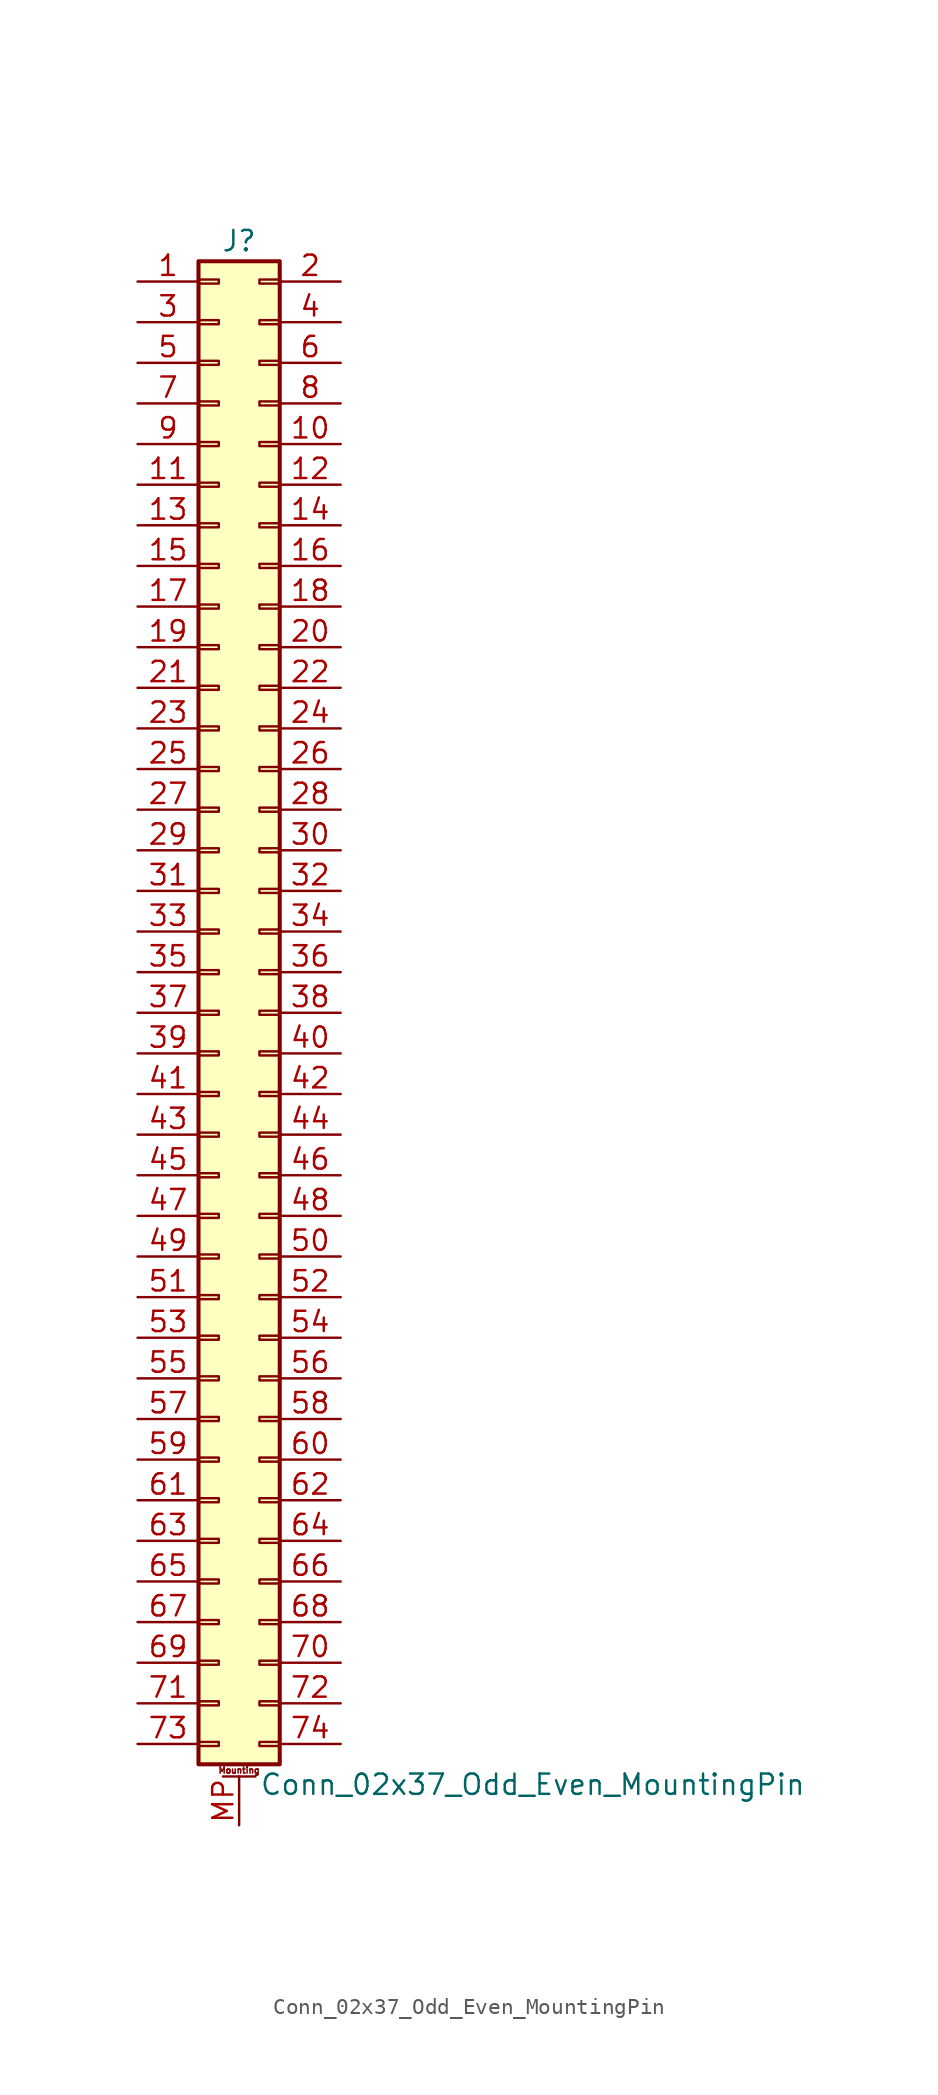
<source format=kicad_sym>
(kicad_symbol_lib
  (version 20201005)
  (generator kicad_symbol_editor)
  (symbol "Connector_Generic_MountingPin:Conn_02x37_Odd_Even_MountingPin"
    (pin_names
      (offset 1.016) hide)
    (property "Reference" "J"
      (at 1.27 48.26 0)
      (effects (font (size 1.27 1.27))))
    (property "Value" "Conn_02x37_Odd_Even_MountingPin"
      (at 2.54 -48.26 0)
      (effects (font (size 1.27 1.27)) (justify left)))
    (symbol "Conn_02x37_Odd_Even_MountingPin_1_1"
      (text "Mounting" (at 1.27 -47.371 0) (effects (font (size 0.381 0.381))))
      (rectangle (start -1.27 -27.813) (end 0 -28.067) (stroke (width 0.152)) (fill (type none)))
      (rectangle (start -1.27 -30.353) (end 0 -30.607) (stroke (width 0.152)) (fill (type none)))
      (rectangle (start -1.27 -32.893) (end 0 -33.147) (stroke (width 0.152)) (fill (type none)))
      (rectangle (start -1.27 -35.433) (end 0 -35.687) (stroke (width 0.152)) (fill (type none)))
      (rectangle (start -1.27 -37.973) (end 0 -38.227) (stroke (width 0.152)) (fill (type none)))
      (rectangle (start -1.27 -40.513) (end 0 -40.767) (stroke (width 0.152)) (fill (type none)))
      (rectangle (start -1.27 -43.053) (end 0 -43.307) (stroke (width 0.152)) (fill (type none)))
      (rectangle (start -1.27 -45.593) (end 0 -45.847) (stroke (width 0.152)) (fill (type none)))
      (rectangle (start -1.27 -4.953) (end 0 -5.207) (stroke (width 0.152)) (fill (type none)))
      (rectangle (start -1.27 -7.493) (end 0 -7.747) (stroke (width 0.152)) (fill (type none)))
      (rectangle (start -1.27 -10.033) (end 0 -10.287) (stroke (width 0.152)) (fill (type none)))
      (rectangle (start -1.27 -12.573) (end 0 -12.827) (stroke (width 0.152)) (fill (type none)))
      (rectangle (start -1.27 -15.113) (end 0 -15.367) (stroke (width 0.152)) (fill (type none)))
      (rectangle (start -1.27 -17.653) (end 0 -17.907) (stroke (width 0.152)) (fill (type none)))
      (rectangle (start -1.27 -20.193) (end 0 -20.447) (stroke (width 0.152)) (fill (type none)))
      (rectangle (start -1.27 -22.733) (end 0 -22.987) (stroke (width 0.152)) (fill (type none)))
      (rectangle (start -1.27 -2.413) (end 0 -2.667) (stroke (width 0.152)) (fill (type none)))
      (rectangle (start -1.27 -25.273) (end 0 -25.527) (stroke (width 0.152)) (fill (type none)))
      (rectangle (start -1.27 25.527) (end 0 25.273) (stroke (width 0.152)) (fill (type none)))
      (rectangle (start -1.27 2.667) (end 0 2.413) (stroke (width 0.152)) (fill (type none)))
      (rectangle (start -1.27 28.067) (end 0 27.813) (stroke (width 0.152)) (fill (type none)))
      (rectangle (start -1.27 30.607) (end 0 30.353) (stroke (width 0.152)) (fill (type none)))
      (rectangle (start -1.27 33.147) (end 0 32.893) (stroke (width 0.152)) (fill (type none)))
      (rectangle (start -1.27 35.687) (end 0 35.433) (stroke (width 0.152)) (fill (type none)))
      (rectangle (start -1.27 38.227) (end 0 37.973) (stroke (width 0.152)) (fill (type none)))
      (rectangle (start -1.27 40.767) (end 0 40.513) (stroke (width 0.152)) (fill (type none)))
      (rectangle (start -1.27 43.307) (end 0 43.053) (stroke (width 0.152)) (fill (type none)))
      (rectangle (start -1.27 45.847) (end 0 45.593) (stroke (width 0.152)) (fill (type none)))
      (rectangle (start -1.27 46.99) (end 3.81 -46.99) (stroke (width 0.254)) (fill (type background)))
      (rectangle (start -1.27 5.207) (end 0 4.953) (stroke (width 0.152)) (fill (type none)))
      (rectangle (start -1.27 7.747) (end 0 7.493) (stroke (width 0.152)) (fill (type none)))
      (rectangle (start -1.27 10.287) (end 0 10.033) (stroke (width 0.152)) (fill (type none)))
      (rectangle (start -1.27 0.127) (end 0 -0.127) (stroke (width 0.152)) (fill (type none)))
      (rectangle (start -1.27 12.827) (end 0 12.573) (stroke (width 0.152)) (fill (type none)))
      (rectangle (start -1.27 15.367) (end 0 15.113) (stroke (width 0.152)) (fill (type none)))
      (rectangle (start -1.27 17.907) (end 0 17.653) (stroke (width 0.152)) (fill (type none)))
      (rectangle (start -1.27 20.447) (end 0 20.193) (stroke (width 0.152)) (fill (type none)))
      (rectangle (start -1.27 22.987) (end 0 22.733) (stroke (width 0.152)) (fill (type none)))
      (rectangle (start 3.81 -27.813) (end 2.54 -28.067) (stroke (width 0.152)) (fill (type none)))
      (rectangle (start 3.81 -30.353) (end 2.54 -30.607) (stroke (width 0.152)) (fill (type none)))
      (rectangle (start 3.81 -32.893) (end 2.54 -33.147) (stroke (width 0.152)) (fill (type none)))
      (rectangle (start 3.81 -35.433) (end 2.54 -35.687) (stroke (width 0.152)) (fill (type none)))
      (rectangle (start 3.81 -37.973) (end 2.54 -38.227) (stroke (width 0.152)) (fill (type none)))
      (rectangle (start 3.81 -40.513) (end 2.54 -40.767) (stroke (width 0.152)) (fill (type none)))
      (rectangle (start 3.81 -43.053) (end 2.54 -43.307) (stroke (width 0.152)) (fill (type none)))
      (rectangle (start 3.81 -45.593) (end 2.54 -45.847) (stroke (width 0.152)) (fill (type none)))
      (rectangle (start 3.81 -4.953) (end 2.54 -5.207) (stroke (width 0.152)) (fill (type none)))
      (rectangle (start 3.81 -7.493) (end 2.54 -7.747) (stroke (width 0.152)) (fill (type none)))
      (rectangle (start 3.81 -10.033) (end 2.54 -10.287) (stroke (width 0.152)) (fill (type none)))
      (rectangle (start 3.81 -12.573) (end 2.54 -12.827) (stroke (width 0.152)) (fill (type none)))
      (rectangle (start 3.81 -15.113) (end 2.54 -15.367) (stroke (width 0.152)) (fill (type none)))
      (rectangle (start 3.81 -17.653) (end 2.54 -17.907) (stroke (width 0.152)) (fill (type none)))
      (rectangle (start 3.81 -20.193) (end 2.54 -20.447) (stroke (width 0.152)) (fill (type none)))
      (rectangle (start 3.81 -22.733) (end 2.54 -22.987) (stroke (width 0.152)) (fill (type none)))
      (rectangle (start 3.81 -2.413) (end 2.54 -2.667) (stroke (width 0.152)) (fill (type none)))
      (rectangle (start 3.81 -25.273) (end 2.54 -25.527) (stroke (width 0.152)) (fill (type none)))
      (rectangle (start 3.81 25.527) (end 2.54 25.273) (stroke (width 0.152)) (fill (type none)))
      (rectangle (start 3.81 2.667) (end 2.54 2.413) (stroke (width 0.152)) (fill (type none)))
      (rectangle (start 3.81 28.067) (end 2.54 27.813) (stroke (width 0.152)) (fill (type none)))
      (rectangle (start 3.81 30.607) (end 2.54 30.353) (stroke (width 0.152)) (fill (type none)))
      (rectangle (start 3.81 33.147) (end 2.54 32.893) (stroke (width 0.152)) (fill (type none)))
      (rectangle (start 3.81 35.687) (end 2.54 35.433) (stroke (width 0.152)) (fill (type none)))
      (rectangle (start 3.81 38.227) (end 2.54 37.973) (stroke (width 0.152)) (fill (type none)))
      (rectangle (start 3.81 40.767) (end 2.54 40.513) (stroke (width 0.152)) (fill (type none)))
      (rectangle (start 3.81 43.307) (end 2.54 43.053) (stroke (width 0.152)) (fill (type none)))
      (rectangle (start 3.81 45.847) (end 2.54 45.593) (stroke (width 0.152)) (fill (type none)))
      (rectangle (start 3.81 5.207) (end 2.54 4.953) (stroke (width 0.152)) (fill (type none)))
      (rectangle (start 3.81 7.747) (end 2.54 7.493) (stroke (width 0.152)) (fill (type none)))
      (rectangle (start 3.81 10.287) (end 2.54 10.033) (stroke (width 0.152)) (fill (type none)))
      (rectangle (start 3.81 0.127) (end 2.54 -0.127) (stroke (width 0.152)) (fill (type none)))
      (rectangle (start 3.81 12.827) (end 2.54 12.573) (stroke (width 0.152)) (fill (type none)))
      (rectangle (start 3.81 15.367) (end 2.54 15.113) (stroke (width 0.152)) (fill (type none)))
      (rectangle (start 3.81 17.907) (end 2.54 17.653) (stroke (width 0.152)) (fill (type none)))
      (rectangle (start 3.81 20.447) (end 2.54 20.193) (stroke (width 0.152)) (fill (type none)))
      (rectangle (start 3.81 22.987) (end 2.54 22.733) (stroke (width 0.152)) (fill (type none)))
      (polyline (pts (xy 0.254 -47.752) (xy 2.286 -47.752)) (stroke (width 0.152)) (fill (type none)))
      (pin passive line (at 1.27 -50.8 90) (length 3.048) (name "MountPin" (effects (font (size 1.27 1.27)))) (number "MP" (effects (font (size 1.27 1.27)))))
      (pin passive line (at -5.08 45.72 0) (length 3.81) (name "Pin_1" (effects (font (size 1.27 1.27)))) (number "1" (effects (font (size 1.27 1.27)))))
      (pin passive line (at 7.62 35.56 180) (length 3.81) (name "Pin_10" (effects (font (size 1.27 1.27)))) (number "10" (effects (font (size 1.27 1.27)))))
      (pin passive line (at -5.08 33.02 0) (length 3.81) (name "Pin_11" (effects (font (size 1.27 1.27)))) (number "11" (effects (font (size 1.27 1.27)))))
      (pin passive line (at 7.62 33.02 180) (length 3.81) (name "Pin_12" (effects (font (size 1.27 1.27)))) (number "12" (effects (font (size 1.27 1.27)))))
      (pin passive line (at -5.08 30.48 0) (length 3.81) (name "Pin_13" (effects (font (size 1.27 1.27)))) (number "13" (effects (font (size 1.27 1.27)))))
      (pin passive line (at 7.62 30.48 180) (length 3.81) (name "Pin_14" (effects (font (size 1.27 1.27)))) (number "14" (effects (font (size 1.27 1.27)))))
      (pin passive line (at -5.08 27.94 0) (length 3.81) (name "Pin_15" (effects (font (size 1.27 1.27)))) (number "15" (effects (font (size 1.27 1.27)))))
      (pin passive line (at 7.62 27.94 180) (length 3.81) (name "Pin_16" (effects (font (size 1.27 1.27)))) (number "16" (effects (font (size 1.27 1.27)))))
      (pin passive line (at -5.08 25.4 0) (length 3.81) (name "Pin_17" (effects (font (size 1.27 1.27)))) (number "17" (effects (font (size 1.27 1.27)))))
      (pin passive line (at 7.62 25.4 180) (length 3.81) (name "Pin_18" (effects (font (size 1.27 1.27)))) (number "18" (effects (font (size 1.27 1.27)))))
      (pin passive line (at -5.08 22.86 0) (length 3.81) (name "Pin_19" (effects (font (size 1.27 1.27)))) (number "19" (effects (font (size 1.27 1.27)))))
      (pin passive line (at 7.62 45.72 180) (length 3.81) (name "Pin_2" (effects (font (size 1.27 1.27)))) (number "2" (effects (font (size 1.27 1.27)))))
      (pin passive line (at 7.62 22.86 180) (length 3.81) (name "Pin_20" (effects (font (size 1.27 1.27)))) (number "20" (effects (font (size 1.27 1.27)))))
      (pin passive line (at -5.08 20.32 0) (length 3.81) (name "Pin_21" (effects (font (size 1.27 1.27)))) (number "21" (effects (font (size 1.27 1.27)))))
      (pin passive line (at 7.62 20.32 180) (length 3.81) (name "Pin_22" (effects (font (size 1.27 1.27)))) (number "22" (effects (font (size 1.27 1.27)))))
      (pin passive line (at -5.08 17.78 0) (length 3.81) (name "Pin_23" (effects (font (size 1.27 1.27)))) (number "23" (effects (font (size 1.27 1.27)))))
      (pin passive line (at 7.62 17.78 180) (length 3.81) (name "Pin_24" (effects (font (size 1.27 1.27)))) (number "24" (effects (font (size 1.27 1.27)))))
      (pin passive line (at -5.08 15.24 0) (length 3.81) (name "Pin_25" (effects (font (size 1.27 1.27)))) (number "25" (effects (font (size 1.27 1.27)))))
      (pin passive line (at 7.62 15.24 180) (length 3.81) (name "Pin_26" (effects (font (size 1.27 1.27)))) (number "26" (effects (font (size 1.27 1.27)))))
      (pin passive line (at -5.08 12.7 0) (length 3.81) (name "Pin_27" (effects (font (size 1.27 1.27)))) (number "27" (effects (font (size 1.27 1.27)))))
      (pin passive line (at 7.62 12.7 180) (length 3.81) (name "Pin_28" (effects (font (size 1.27 1.27)))) (number "28" (effects (font (size 1.27 1.27)))))
      (pin passive line (at -5.08 10.16 0) (length 3.81) (name "Pin_29" (effects (font (size 1.27 1.27)))) (number "29" (effects (font (size 1.27 1.27)))))
      (pin passive line (at -5.08 43.18 0) (length 3.81) (name "Pin_3" (effects (font (size 1.27 1.27)))) (number "3" (effects (font (size 1.27 1.27)))))
      (pin passive line (at 7.62 10.16 180) (length 3.81) (name "Pin_30" (effects (font (size 1.27 1.27)))) (number "30" (effects (font (size 1.27 1.27)))))
      (pin passive line (at -5.08 7.62 0) (length 3.81) (name "Pin_31" (effects (font (size 1.27 1.27)))) (number "31" (effects (font (size 1.27 1.27)))))
      (pin passive line (at 7.62 7.62 180) (length 3.81) (name "Pin_32" (effects (font (size 1.27 1.27)))) (number "32" (effects (font (size 1.27 1.27)))))
      (pin passive line (at -5.08 5.08 0) (length 3.81) (name "Pin_33" (effects (font (size 1.27 1.27)))) (number "33" (effects (font (size 1.27 1.27)))))
      (pin passive line (at 7.62 5.08 180) (length 3.81) (name "Pin_34" (effects (font (size 1.27 1.27)))) (number "34" (effects (font (size 1.27 1.27)))))
      (pin passive line (at -5.08 2.54 0) (length 3.81) (name "Pin_35" (effects (font (size 1.27 1.27)))) (number "35" (effects (font (size 1.27 1.27)))))
      (pin passive line (at 7.62 2.54 180) (length 3.81) (name "Pin_36" (effects (font (size 1.27 1.27)))) (number "36" (effects (font (size 1.27 1.27)))))
      (pin passive line (at -5.08 0 0) (length 3.81) (name "Pin_37" (effects (font (size 1.27 1.27)))) (number "37" (effects (font (size 1.27 1.27)))))
      (pin passive line (at 7.62 0 180) (length 3.81) (name "Pin_38" (effects (font (size 1.27 1.27)))) (number "38" (effects (font (size 1.27 1.27)))))
      (pin passive line (at -5.08 -2.54 0) (length 3.81) (name "Pin_39" (effects (font (size 1.27 1.27)))) (number "39" (effects (font (size 1.27 1.27)))))
      (pin passive line (at 7.62 43.18 180) (length 3.81) (name "Pin_4" (effects (font (size 1.27 1.27)))) (number "4" (effects (font (size 1.27 1.27)))))
      (pin passive line (at 7.62 -2.54 180) (length 3.81) (name "Pin_40" (effects (font (size 1.27 1.27)))) (number "40" (effects (font (size 1.27 1.27)))))
      (pin passive line (at -5.08 -5.08 0) (length 3.81) (name "Pin_41" (effects (font (size 1.27 1.27)))) (number "41" (effects (font (size 1.27 1.27)))))
      (pin passive line (at 7.62 -5.08 180) (length 3.81) (name "Pin_42" (effects (font (size 1.27 1.27)))) (number "42" (effects (font (size 1.27 1.27)))))
      (pin passive line (at -5.08 -7.62 0) (length 3.81) (name "Pin_43" (effects (font (size 1.27 1.27)))) (number "43" (effects (font (size 1.27 1.27)))))
      (pin passive line (at 7.62 -7.62 180) (length 3.81) (name "Pin_44" (effects (font (size 1.27 1.27)))) (number "44" (effects (font (size 1.27 1.27)))))
      (pin passive line (at -5.08 -10.16 0) (length 3.81) (name "Pin_45" (effects (font (size 1.27 1.27)))) (number "45" (effects (font (size 1.27 1.27)))))
      (pin passive line (at 7.62 -10.16 180) (length 3.81) (name "Pin_46" (effects (font (size 1.27 1.27)))) (number "46" (effects (font (size 1.27 1.27)))))
      (pin passive line (at -5.08 -12.7 0) (length 3.81) (name "Pin_47" (effects (font (size 1.27 1.27)))) (number "47" (effects (font (size 1.27 1.27)))))
      (pin passive line (at 7.62 -12.7 180) (length 3.81) (name "Pin_48" (effects (font (size 1.27 1.27)))) (number "48" (effects (font (size 1.27 1.27)))))
      (pin passive line (at -5.08 -15.24 0) (length 3.81) (name "Pin_49" (effects (font (size 1.27 1.27)))) (number "49" (effects (font (size 1.27 1.27)))))
      (pin passive line (at -5.08 40.64 0) (length 3.81) (name "Pin_5" (effects (font (size 1.27 1.27)))) (number "5" (effects (font (size 1.27 1.27)))))
      (pin passive line (at 7.62 -15.24 180) (length 3.81) (name "Pin_50" (effects (font (size 1.27 1.27)))) (number "50" (effects (font (size 1.27 1.27)))))
      (pin passive line (at -5.08 -17.78 0) (length 3.81) (name "Pin_51" (effects (font (size 1.27 1.27)))) (number "51" (effects (font (size 1.27 1.27)))))
      (pin passive line (at 7.62 -17.78 180) (length 3.81) (name "Pin_52" (effects (font (size 1.27 1.27)))) (number "52" (effects (font (size 1.27 1.27)))))
      (pin passive line (at -5.08 -20.32 0) (length 3.81) (name "Pin_53" (effects (font (size 1.27 1.27)))) (number "53" (effects (font (size 1.27 1.27)))))
      (pin passive line (at 7.62 -20.32 180) (length 3.81) (name "Pin_54" (effects (font (size 1.27 1.27)))) (number "54" (effects (font (size 1.27 1.27)))))
      (pin passive line (at -5.08 -22.86 0) (length 3.81) (name "Pin_55" (effects (font (size 1.27 1.27)))) (number "55" (effects (font (size 1.27 1.27)))))
      (pin passive line (at 7.62 -22.86 180) (length 3.81) (name "Pin_56" (effects (font (size 1.27 1.27)))) (number "56" (effects (font (size 1.27 1.27)))))
      (pin passive line (at -5.08 -25.4 0) (length 3.81) (name "Pin_57" (effects (font (size 1.27 1.27)))) (number "57" (effects (font (size 1.27 1.27)))))
      (pin passive line (at 7.62 -25.4 180) (length 3.81) (name "Pin_58" (effects (font (size 1.27 1.27)))) (number "58" (effects (font (size 1.27 1.27)))))
      (pin passive line (at -5.08 -27.94 0) (length 3.81) (name "Pin_59" (effects (font (size 1.27 1.27)))) (number "59" (effects (font (size 1.27 1.27)))))
      (pin passive line (at 7.62 40.64 180) (length 3.81) (name "Pin_6" (effects (font (size 1.27 1.27)))) (number "6" (effects (font (size 1.27 1.27)))))
      (pin passive line (at 7.62 -27.94 180) (length 3.81) (name "Pin_60" (effects (font (size 1.27 1.27)))) (number "60" (effects (font (size 1.27 1.27)))))
      (pin passive line (at -5.08 -30.48 0) (length 3.81) (name "Pin_61" (effects (font (size 1.27 1.27)))) (number "61" (effects (font (size 1.27 1.27)))))
      (pin passive line (at 7.62 -30.48 180) (length 3.81) (name "Pin_62" (effects (font (size 1.27 1.27)))) (number "62" (effects (font (size 1.27 1.27)))))
      (pin passive line (at -5.08 -33.02 0) (length 3.81) (name "Pin_63" (effects (font (size 1.27 1.27)))) (number "63" (effects (font (size 1.27 1.27)))))
      (pin passive line (at 7.62 -33.02 180) (length 3.81) (name "Pin_64" (effects (font (size 1.27 1.27)))) (number "64" (effects (font (size 1.27 1.27)))))
      (pin passive line (at -5.08 -35.56 0) (length 3.81) (name "Pin_65" (effects (font (size 1.27 1.27)))) (number "65" (effects (font (size 1.27 1.27)))))
      (pin passive line (at 7.62 -35.56 180) (length 3.81) (name "Pin_66" (effects (font (size 1.27 1.27)))) (number "66" (effects (font (size 1.27 1.27)))))
      (pin passive line (at -5.08 -38.1 0) (length 3.81) (name "Pin_67" (effects (font (size 1.27 1.27)))) (number "67" (effects (font (size 1.27 1.27)))))
      (pin passive line (at 7.62 -38.1 180) (length 3.81) (name "Pin_68" (effects (font (size 1.27 1.27)))) (number "68" (effects (font (size 1.27 1.27)))))
      (pin passive line (at -5.08 -40.64 0) (length 3.81) (name "Pin_69" (effects (font (size 1.27 1.27)))) (number "69" (effects (font (size 1.27 1.27)))))
      (pin passive line (at -5.08 38.1 0) (length 3.81) (name "Pin_7" (effects (font (size 1.27 1.27)))) (number "7" (effects (font (size 1.27 1.27)))))
      (pin passive line (at 7.62 -40.64 180) (length 3.81) (name "Pin_70" (effects (font (size 1.27 1.27)))) (number "70" (effects (font (size 1.27 1.27)))))
      (pin passive line (at -5.08 -43.18 0) (length 3.81) (name "Pin_71" (effects (font (size 1.27 1.27)))) (number "71" (effects (font (size 1.27 1.27)))))
      (pin passive line (at 7.62 -43.18 180) (length 3.81) (name "Pin_72" (effects (font (size 1.27 1.27)))) (number "72" (effects (font (size 1.27 1.27)))))
      (pin passive line (at -5.08 -45.72 0) (length 3.81) (name "Pin_73" (effects (font (size 1.27 1.27)))) (number "73" (effects (font (size 1.27 1.27)))))
      (pin passive line (at 7.62 -45.72 180) (length 3.81) (name "Pin_74" (effects (font (size 1.27 1.27)))) (number "74" (effects (font (size 1.27 1.27)))))
      (pin passive line (at 7.62 38.1 180) (length 3.81) (name "Pin_8" (effects (font (size 1.27 1.27)))) (number "8" (effects (font (size 1.27 1.27)))))
      (pin passive line (at -5.08 35.56 0) (length 3.81) (name "Pin_9" (effects (font (size 1.27 1.27)))) (number "9" (effects (font (size 1.27 1.27))))))))
</source>
